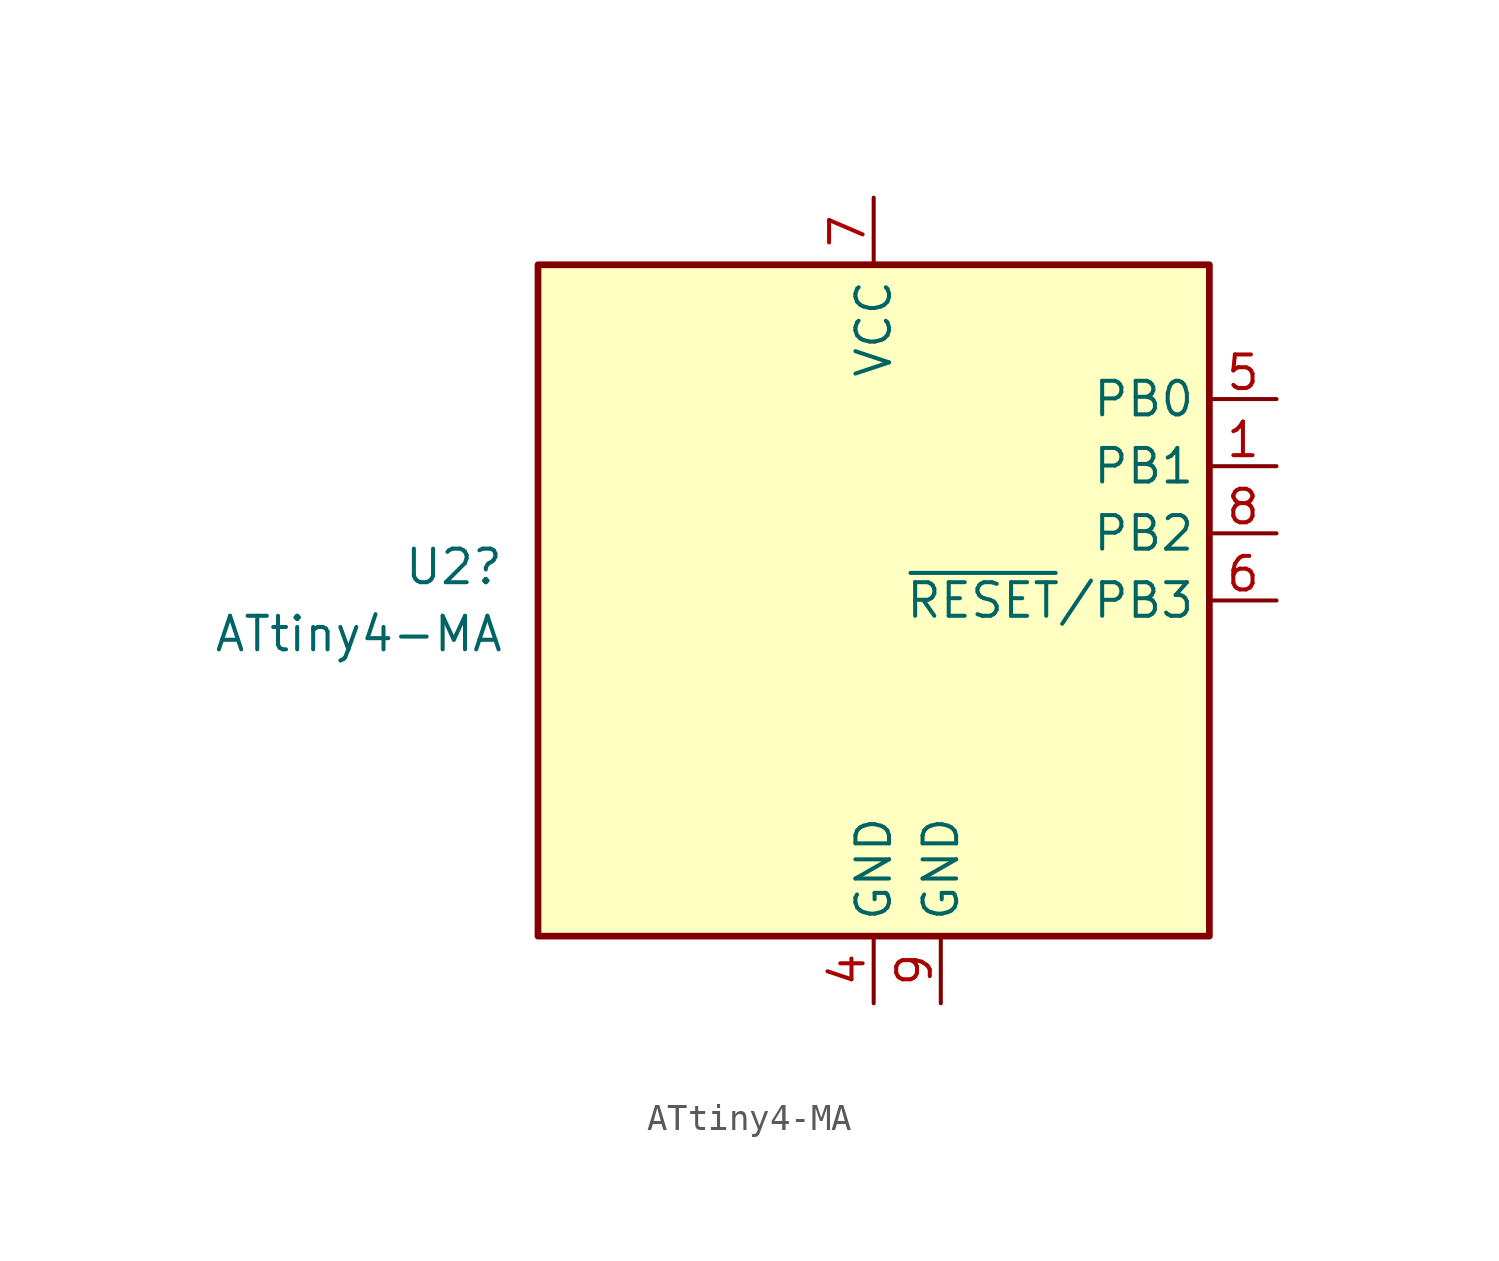
<source format=kicad_sym>
(kicad_symbol_lib
  (version 20211014)
  (generator kicad_symbol_editor)
  (symbol "ATtiny4-MA"
    (property "Reference" "U2"
      (at -13.97 1.27 0)
      (effects (font (size 1.27 1.27)) (justify right)))
    (property "Value" "ATtiny4-MA"
      (at -13.97 -1.27 0)
      (effects (font (size 1.27 1.27)) (justify right)))
    (symbol "ATtiny4-MA_0_0"
      (pin power_in line (at 2.54 -15.24 90) (length 2.54) (name "GND" (effects (font (size 1.27 1.27)))) (number "9" (effects (font (size 1.27 1.27))))))
    (symbol "ATtiny4-MA_0_1"
      (rectangle (start -12.7 -12.7) (end 12.7 12.7) (stroke (width 0.254) (type default) (color 0 0 0 0)) (fill (type background))))
    (symbol "ATtiny4-MA_1_1"
      (pin bidirectional line (at 15.24 5.08 180) (length 2.54) (name "PB1" (effects (font (size 1.27 1.27)))) (number "1" (effects (font (size 1.27 1.27)))))
      (pin no_connect line (at -12.7 7.62 0) (length 2.54) hide (name "NC" (effects (font (size 1.27 1.27)))) (number "2" (effects (font (size 1.27 1.27)))))
      (pin no_connect line (at -12.7 5.08 0) (length 2.54) hide (name "NC" (effects (font (size 1.27 1.27)))) (number "3" (effects (font (size 1.27 1.27)))))
      (pin power_in line (at 0 -15.24 90) (length 2.54) (name "GND" (effects (font (size 1.27 1.27)))) (number "4" (effects (font (size 1.27 1.27)))))
      (pin bidirectional line (at 15.24 7.62 180) (length 2.54) (name "PB0" (effects (font (size 1.27 1.27)))) (number "5" (effects (font (size 1.27 1.27)))))
      (pin bidirectional line (at 15.24 0 180) (length 2.54) (name "~{RESET}/PB3" (effects (font (size 1.27 1.27)))) (number "6" (effects (font (size 1.27 1.27)))))
      (pin power_in line (at 0 15.24 270) (length 2.54) (name "VCC" (effects (font (size 1.27 1.27)))) (number "7" (effects (font (size 1.27 1.27)))))
      (pin bidirectional line (at 15.24 2.54 180) (length 2.54) (name "PB2" (effects (font (size 1.27 1.27)))) (number "8" (effects (font (size 1.27 1.27))))))))
</source>
